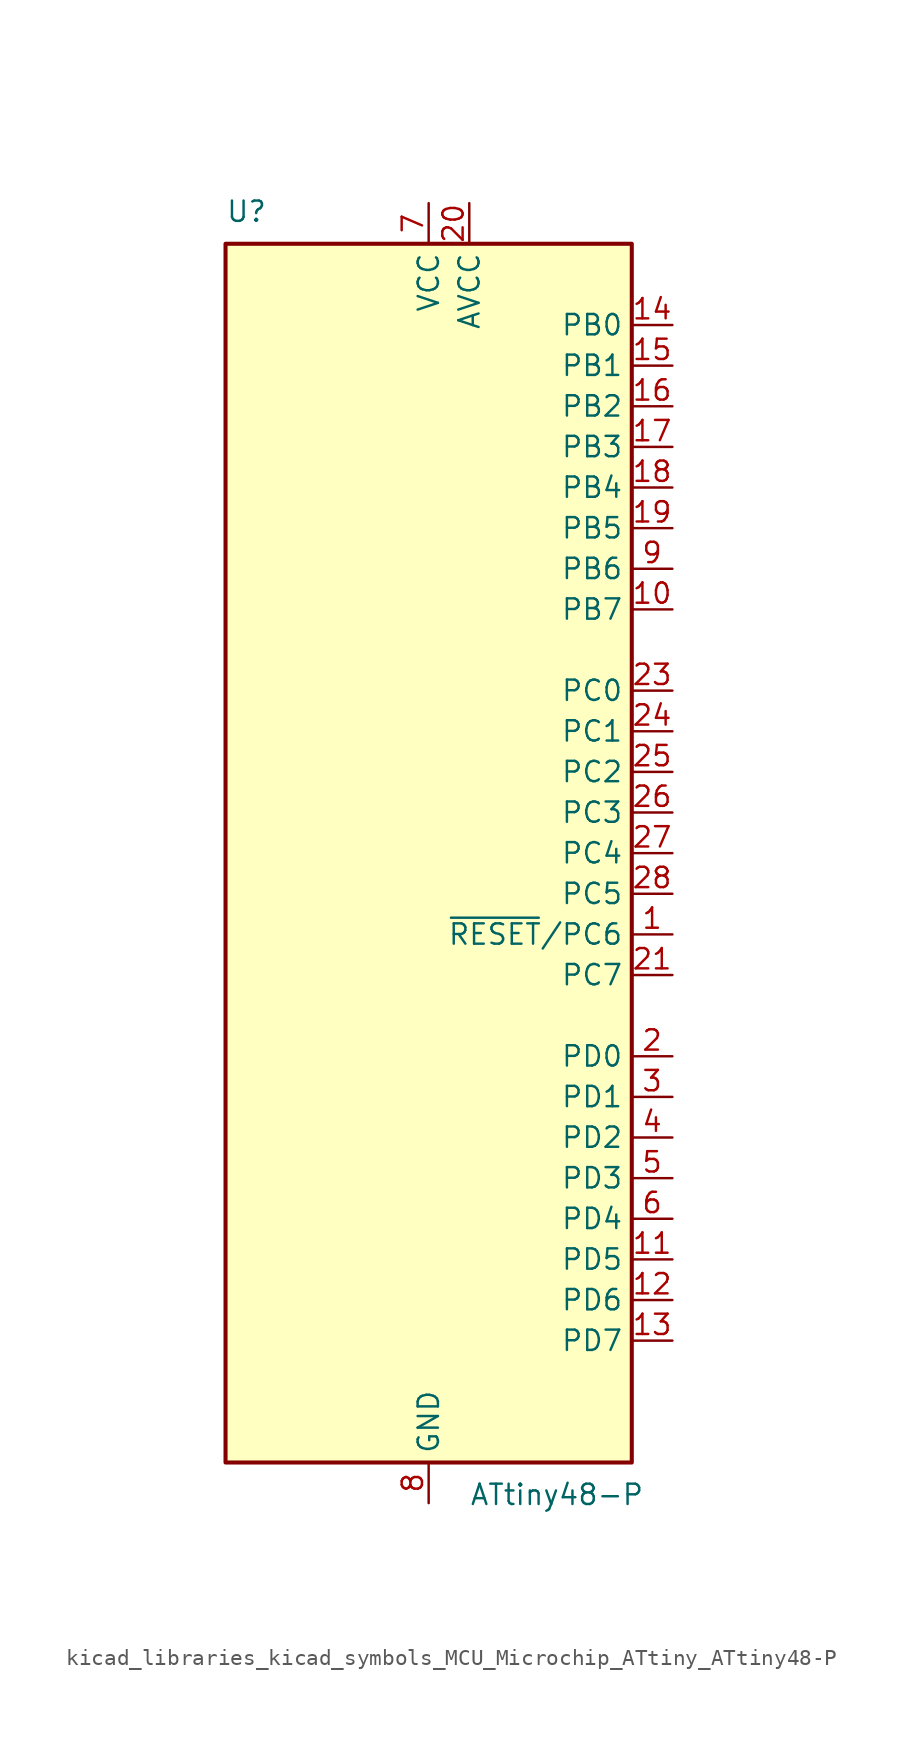
<source format=kicad_sym>
(kicad_symbol_lib
  (version 20220914)
  (generator kicad_symbol_editor)
  (symbol "kicad_libraries_kicad_symbols_MCU_Microchip_ATtiny_ATtiny48-P"
    (property "Reference" "U"
      (at -12.7 39.37 0)
      (effects (font (size 1.27 1.27)) (justify left bottom)))
    (property "Value" "ATtiny48-P"
      (at 2.54 -39.37 0)
      (effects (font (size 1.27 1.27)) (justify left top)))
    (symbol "kicad_libraries_kicad_symbols_MCU_Microchip_ATtiny_ATtiny48-P_0_1"
      (rectangle (start -12.7 -38.1) (end 12.7 38.1) (stroke (width 0.254) (type default)) (fill (type background))))
    (symbol "kicad_libraries_kicad_symbols_MCU_Microchip_ATtiny_ATtiny48-P_1_1"
      (pin bidirectional line (at 15.24 -5.08 180) (length 2.54) (name "~{RESET}/PC6" (effects (font (size 1.27 1.27)))) (number "1" (effects (font (size 1.27 1.27)))))
      (pin bidirectional line (at 15.24 15.24 180) (length 2.54) (name "PB7" (effects (font (size 1.27 1.27)))) (number "10" (effects (font (size 1.27 1.27)))))
      (pin bidirectional line (at 15.24 -25.4 180) (length 2.54) (name "PD5" (effects (font (size 1.27 1.27)))) (number "11" (effects (font (size 1.27 1.27)))))
      (pin bidirectional line (at 15.24 -27.94 180) (length 2.54) (name "PD6" (effects (font (size 1.27 1.27)))) (number "12" (effects (font (size 1.27 1.27)))))
      (pin bidirectional line (at 15.24 -30.48 180) (length 2.54) (name "PD7" (effects (font (size 1.27 1.27)))) (number "13" (effects (font (size 1.27 1.27)))))
      (pin bidirectional line (at 15.24 33.02 180) (length 2.54) (name "PB0" (effects (font (size 1.27 1.27)))) (number "14" (effects (font (size 1.27 1.27)))))
      (pin bidirectional line (at 15.24 30.48 180) (length 2.54) (name "PB1" (effects (font (size 1.27 1.27)))) (number "15" (effects (font (size 1.27 1.27)))))
      (pin bidirectional line (at 15.24 27.94 180) (length 2.54) (name "PB2" (effects (font (size 1.27 1.27)))) (number "16" (effects (font (size 1.27 1.27)))))
      (pin bidirectional line (at 15.24 25.4 180) (length 2.54) (name "PB3" (effects (font (size 1.27 1.27)))) (number "17" (effects (font (size 1.27 1.27)))))
      (pin bidirectional line (at 15.24 22.86 180) (length 2.54) (name "PB4" (effects (font (size 1.27 1.27)))) (number "18" (effects (font (size 1.27 1.27)))))
      (pin bidirectional line (at 15.24 20.32 180) (length 2.54) (name "PB5" (effects (font (size 1.27 1.27)))) (number "19" (effects (font (size 1.27 1.27)))))
      (pin bidirectional line (at 15.24 -12.7 180) (length 2.54) (name "PD0" (effects (font (size 1.27 1.27)))) (number "2" (effects (font (size 1.27 1.27)))))
      (pin power_in line (at 2.54 40.64 270) (length 2.54) (name "AVCC" (effects (font (size 1.27 1.27)))) (number "20" (effects (font (size 1.27 1.27)))))
      (pin bidirectional line (at 15.24 -7.62 180) (length 2.54) (name "PC7" (effects (font (size 1.27 1.27)))) (number "21" (effects (font (size 1.27 1.27)))))
      (pin passive line (at 0 -40.64 90) (length 2.54) hide (name "GND" (effects (font (size 1.27 1.27)))) (number "22" (effects (font (size 1.27 1.27)))))
      (pin bidirectional line (at 15.24 10.16 180) (length 2.54) (name "PC0" (effects (font (size 1.27 1.27)))) (number "23" (effects (font (size 1.27 1.27)))))
      (pin bidirectional line (at 15.24 7.62 180) (length 2.54) (name "PC1" (effects (font (size 1.27 1.27)))) (number "24" (effects (font (size 1.27 1.27)))))
      (pin bidirectional line (at 15.24 5.08 180) (length 2.54) (name "PC2" (effects (font (size 1.27 1.27)))) (number "25" (effects (font (size 1.27 1.27)))))
      (pin bidirectional line (at 15.24 2.54 180) (length 2.54) (name "PC3" (effects (font (size 1.27 1.27)))) (number "26" (effects (font (size 1.27 1.27)))))
      (pin bidirectional line (at 15.24 0 180) (length 2.54) (name "PC4" (effects (font (size 1.27 1.27)))) (number "27" (effects (font (size 1.27 1.27)))))
      (pin bidirectional line (at 15.24 -2.54 180) (length 2.54) (name "PC5" (effects (font (size 1.27 1.27)))) (number "28" (effects (font (size 1.27 1.27)))))
      (pin bidirectional line (at 15.24 -15.24 180) (length 2.54) (name "PD1" (effects (font (size 1.27 1.27)))) (number "3" (effects (font (size 1.27 1.27)))))
      (pin bidirectional line (at 15.24 -17.78 180) (length 2.54) (name "PD2" (effects (font (size 1.27 1.27)))) (number "4" (effects (font (size 1.27 1.27)))))
      (pin bidirectional line (at 15.24 -20.32 180) (length 2.54) (name "PD3" (effects (font (size 1.27 1.27)))) (number "5" (effects (font (size 1.27 1.27)))))
      (pin bidirectional line (at 15.24 -22.86 180) (length 2.54) (name "PD4" (effects (font (size 1.27 1.27)))) (number "6" (effects (font (size 1.27 1.27)))))
      (pin power_in line (at 0 40.64 270) (length 2.54) (name "VCC" (effects (font (size 1.27 1.27)))) (number "7" (effects (font (size 1.27 1.27)))))
      (pin power_in line (at 0 -40.64 90) (length 2.54) (name "GND" (effects (font (size 1.27 1.27)))) (number "8" (effects (font (size 1.27 1.27)))))
      (pin bidirectional line (at 15.24 17.78 180) (length 2.54) (name "PB6" (effects (font (size 1.27 1.27)))) (number "9" (effects (font (size 1.27 1.27))))))))
</source>
